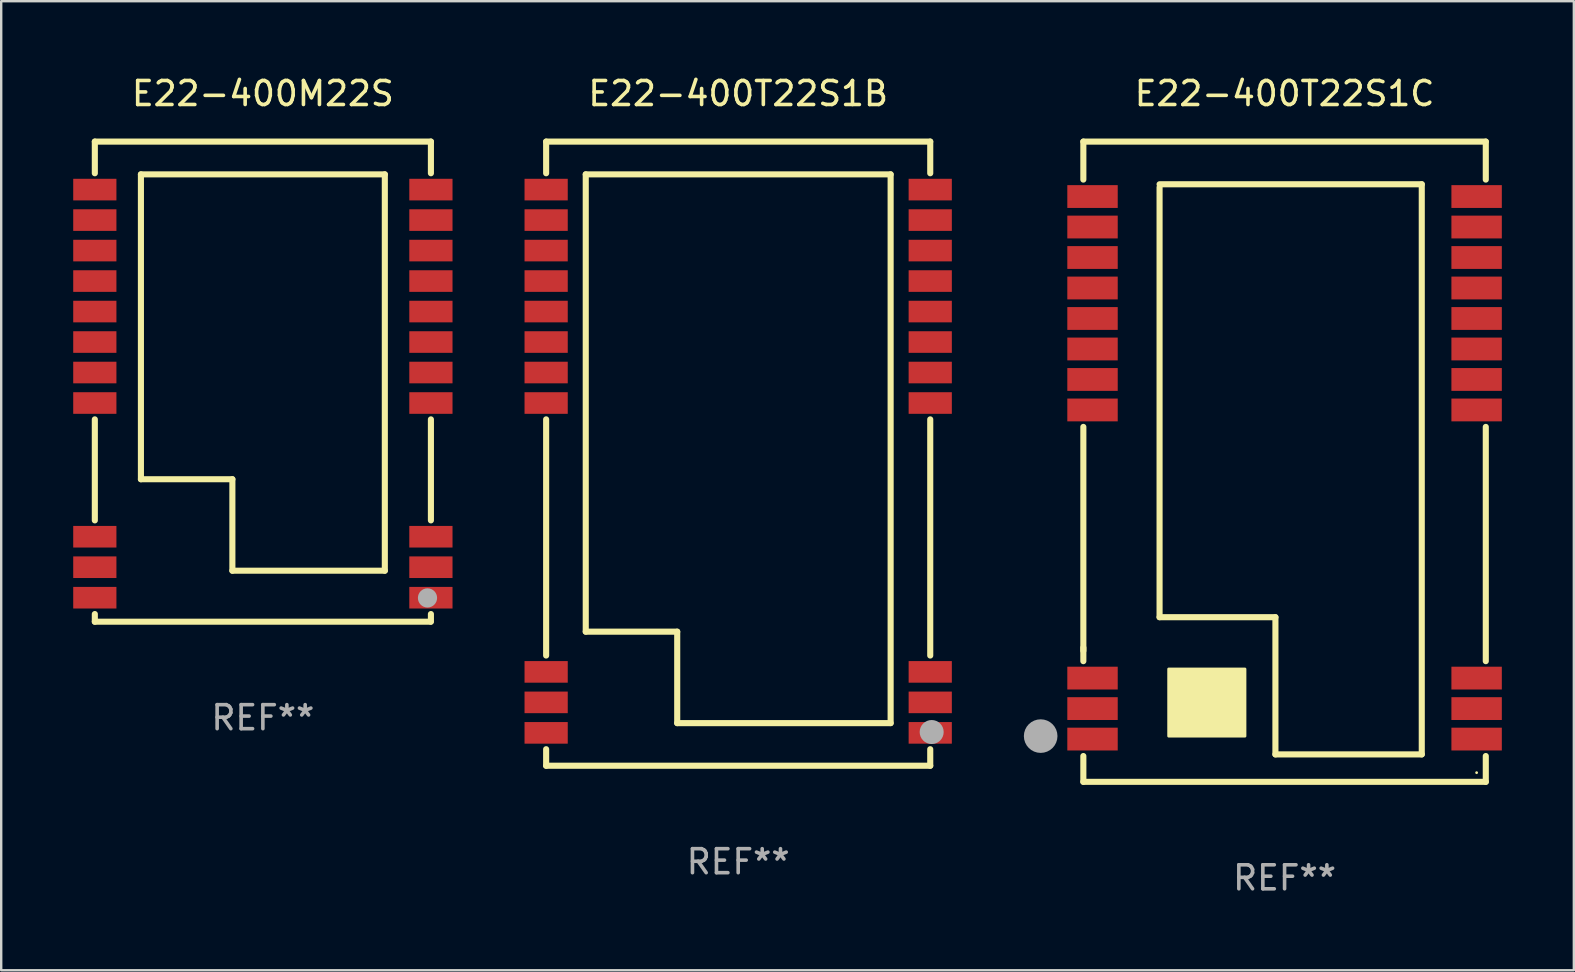
<source format=kicad_pcb>
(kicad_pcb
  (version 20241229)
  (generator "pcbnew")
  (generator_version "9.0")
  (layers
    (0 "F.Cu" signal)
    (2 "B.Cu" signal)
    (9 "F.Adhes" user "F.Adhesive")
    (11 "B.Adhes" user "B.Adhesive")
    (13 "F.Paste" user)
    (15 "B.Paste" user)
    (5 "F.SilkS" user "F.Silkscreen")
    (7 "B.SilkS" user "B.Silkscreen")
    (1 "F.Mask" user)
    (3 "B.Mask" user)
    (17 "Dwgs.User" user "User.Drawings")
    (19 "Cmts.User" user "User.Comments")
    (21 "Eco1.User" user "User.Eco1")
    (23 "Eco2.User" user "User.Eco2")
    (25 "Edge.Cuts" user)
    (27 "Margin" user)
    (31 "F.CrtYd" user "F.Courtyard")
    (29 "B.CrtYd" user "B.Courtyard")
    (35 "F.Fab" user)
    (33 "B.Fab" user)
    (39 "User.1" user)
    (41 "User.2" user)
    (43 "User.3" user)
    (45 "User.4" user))
  (footprint "E22-400T22S1C"
    (layer "F.Cu")
    (at 50.46 16.183)
    (property "Reference" "E22-400T22S1C" (at 0 -15.335 0) (layer "F.SilkS") (effects (font (size 1 1) (thickness 0.15))))
    (attr through_hole)
    (fp_line (start -8.382 -13.335) (end 8.382 -13.335) (stroke (width 0.254) (type solid)) (layer "F.SilkS"))
    (fp_line (start -8.382 -11.752) (end -8.382 -13.335) (stroke (width 0.254) (type solid)) (layer "F.SilkS"))
    (fp_line (start -8.382 7.874) (end -8.382 -1.45) (stroke (width 0.254) (type solid)) (layer "F.SilkS"))
    (fp_line (start -8.382 8.308) (end -8.382 7.747) (stroke (width 0.254) (type solid)) (layer "F.SilkS"))
    (fp_line (start -8.382 13.335) (end -8.382 12.26) (stroke (width 0.254) (type solid)) (layer "F.SilkS"))
    (fp_line (start -5.207 -11.557) (end 5.715 -11.557) (stroke (width 0.254) (type solid)) (layer "F.SilkS"))
    (fp_line (start -5.207 6.477) (end -5.207 -11.43) (stroke (width 0.254) (type solid)) (layer "F.SilkS"))
    (fp_line (start -0.381 6.477) (end -5.207 6.477) (stroke (width 0.254) (type solid)) (layer "F.SilkS"))
    (fp_line (start -0.381 12.192) (end -0.381 6.477) (stroke (width 0.254) (type solid)) (layer "F.SilkS"))
    (fp_line (start 5.715 -11.557) (end 5.715 12.192) (stroke (width 0.254) (type solid)) (layer "F.SilkS"))
    (fp_line (start 5.715 12.192) (end -0.381 12.192) (stroke (width 0.254) (type solid)) (layer "F.SilkS"))
    (fp_line (start 8.382 -13.335) (end 8.382 -11.752) (stroke (width 0.254) (type solid)) (layer "F.SilkS"))
    (fp_line (start 8.382 -1.45) (end 8.382 8.308) (stroke (width 0.254) (type solid)) (layer "F.SilkS"))
    (fp_line (start 8.382 12.26) (end 8.382 13.335) (stroke (width 0.254) (type solid)) (layer "F.SilkS"))
    (fp_line (start 8.382 13.335) (end -8.382 13.335) (stroke (width 0.254) (type solid)) (layer "F.SilkS"))
    (fp_circle (center 8 12.953) (end 8.03 12.953) (stroke (width 0.06) (type solid)) (fill no) (layer "F.SilkS"))
    (fp_poly (pts (xy -4.826 8.636) (xy -1.651 8.636) (xy -1.651 11.43) (xy -4.826 11.43)) (stroke (width 0.12) (type solid)) (fill yes) (layer "F.SilkS"))
    (fp_circle (center -10.16 11.43) (end -9.81 11.43) (stroke (width 0.7) (type solid)) (fill no) (layer "F.Fab"))
    (fp_text user "REF**" (at 0 17.335 0) (layer "F.Fab") (effects (font (size 1 1) (thickness 0.15))))
    (pad "1" smd rect (at 8 11.554 180) (size 2.1 0.95) (layers "F.Cu" "F.Mask" "F.Paste"))
    (pad "2" smd rect (at 8 10.284 180) (size 2.1 0.95) (layers "F.Cu" "F.Mask" "F.Paste"))
    (pad "3" smd rect (at 8 9.014 180) (size 2.1 0.95) (layers "F.Cu" "F.Mask" "F.Paste"))
    (pad "4" smd rect (at 8 -2.156 90) (size 0.95 2.1) (layers "F.Cu" "F.Mask" "F.Paste"))
    (pad "5" smd rect (at 8 -3.426 90) (size 0.95 2.1) (layers "F.Cu" "F.Mask" "F.Paste"))
    (pad "6" smd rect (at 8 -4.696 90) (size 0.95 2.1) (layers "F.Cu" "F.Mask" "F.Paste"))
    (pad "7" smd rect (at 8 -5.966 90) (size 0.95 2.1) (layers "F.Cu" "F.Mask" "F.Paste"))
    (pad "8" smd rect (at 8 -7.236 90) (size 0.95 2.1) (layers "F.Cu" "F.Mask" "F.Paste"))
    (pad "9" smd rect (at 8 -8.506 90) (size 0.95 2.1) (layers "F.Cu" "F.Mask" "F.Paste"))
    (pad "10" smd rect (at 8 -9.776 90) (size 0.95 2.1) (layers "F.Cu" "F.Mask" "F.Paste"))
    (pad "11" smd rect (at 8 -11.046 90) (size 0.95 2.1) (layers "F.Cu" "F.Mask" "F.Paste"))
    (pad "12" smd rect (at -8 -11.046 90) (size 0.95 2.1) (layers "F.Cu" "F.Mask" "F.Paste"))
    (pad "13" smd rect (at -8 -9.776 90) (size 0.95 2.1) (layers "F.Cu" "F.Mask" "F.Paste"))
    (pad "14" smd rect (at -8 -8.506 90) (size 0.95 2.1) (layers "F.Cu" "F.Mask" "F.Paste"))
    (pad "15" smd rect (at -8 -7.236 90) (size 0.95 2.1) (layers "F.Cu" "F.Mask" "F.Paste"))
    (pad "16" smd rect (at -8 -5.966 90) (size 0.95 2.1) (layers "F.Cu" "F.Mask" "F.Paste"))
    (pad "17" smd rect (at -8 -4.696 90) (size 0.95 2.1) (layers "F.Cu" "F.Mask" "F.Paste"))
    (pad "18" smd rect (at -8 -3.426 90) (size 0.95 2.1) (layers "F.Cu" "F.Mask" "F.Paste"))
    (pad "19" smd rect (at -8 -2.156 90) (size 0.95 2.1) (layers "F.Cu" "F.Mask" "F.Paste"))
    (pad "20" smd rect (at -8 9.014 90) (size 0.95 2.1) (layers "F.Cu" "F.Mask" "F.Paste"))
    (pad "21" smd rect (at -8 10.284 90) (size 0.95 2.1) (layers "F.Cu" "F.Mask" "F.Paste"))
    (pad "22" smd rect (at -8 11.554 90) (size 0.95 2.1) (layers "F.Cu" "F.Mask" "F.Paste")))
  (footprint "E22-400T22S1B"
    (layer "F.Cu")
    (at 27.7 15.848)
    (property "Reference" "E22-400T22S1B" (at 0 -15 0) (layer "F.SilkS") (effects (font (size 1 1) (thickness 0.15))))
    (attr through_hole)
    (fp_line (start -8 -13) (end -8 -11.681) (stroke (width 0.254) (type solid)) (layer "F.SilkS"))
    (fp_line (start -8 -13) (end 8 -13) (stroke (width 0.254) (type solid)) (layer "F.SilkS"))
    (fp_line (start -8 -1.429) (end -8 8.409) (stroke (width 0.254) (type solid)) (layer "F.SilkS"))
    (fp_line (start -8 12.311) (end -8 13) (stroke (width 0.254) (type solid)) (layer "F.SilkS"))
    (fp_line (start -8 13) (end 8 13) (stroke (width 0.254) (type solid)) (layer "F.SilkS"))
    (fp_line (start -6.35 -11.635) (end 6.35 -11.635) (stroke (width 0.254) (type solid)) (layer "F.SilkS"))
    (fp_line (start -6.35 7.415) (end -6.35 -11.635) (stroke (width 0.254) (type solid)) (layer "F.SilkS"))
    (fp_line (start -2.54 7.415) (end -6.35 7.415) (stroke (width 0.254) (type solid)) (layer "F.SilkS"))
    (fp_line (start -2.54 11.225) (end -2.54 7.415) (stroke (width 0.254) (type solid)) (layer "F.SilkS"))
    (fp_line (start 6.35 -11.635) (end 6.35 11.225) (stroke (width 0.254) (type solid)) (layer "F.SilkS"))
    (fp_line (start 6.35 11.225) (end -2.54 11.225) (stroke (width 0.254) (type solid)) (layer "F.SilkS"))
    (fp_line (start 8 -13) (end 8 -11.681) (stroke (width 0.254) (type solid)) (layer "F.SilkS"))
    (fp_line (start 8 -1.429) (end 8 8.409) (stroke (width 0.254) (type solid)) (layer "F.SilkS"))
    (fp_line (start 8 12.311) (end 8 13) (stroke (width 0.254) (type solid)) (layer "F.SilkS"))
    (fp_circle (center 8.01 13.015) (end 8.04 13.015) (stroke (width 0.06) (type solid)) (fill no) (layer "F.SilkS"))
    (fp_circle (center 8.06 11.595) (end 8.31 11.595) (stroke (width 0.5) (type solid)) (fill no) (layer "F.Fab"))
    (fp_text user "REF**" (at 0 17 0) (layer "F.Fab") (effects (font (size 1 1) (thickness 0.15))))
    (pad "1" smd rect (at 8 11.63) (size 1.8 0.9) (layers "F.Cu" "F.Mask" "F.Paste"))
    (pad "2" smd rect (at 8 10.36) (size 1.8 0.9) (layers "F.Cu" "F.Mask" "F.Paste"))
    (pad "3" smd rect (at 8 9.09) (size 1.8 0.9) (layers "F.Cu" "F.Mask" "F.Paste"))
    (pad "4" smd rect (at 8 -2.11) (size 1.8 0.9) (layers "F.Cu" "F.Mask" "F.Paste"))
    (pad "5" smd rect (at 8 -3.38) (size 1.8 0.9) (layers "F.Cu" "F.Mask" "F.Paste"))
    (pad "6" smd rect (at 8 -4.65) (size 1.8 0.9) (layers "F.Cu" "F.Mask" "F.Paste"))
    (pad "7" smd rect (at 8 -5.92) (size 1.8 0.9) (layers "F.Cu" "F.Mask" "F.Paste"))
    (pad "8" smd rect (at 8 -7.19) (size 1.8 0.9) (layers "F.Cu" "F.Mask" "F.Paste"))
    (pad "9" smd rect (at 8 -8.46) (size 1.8 0.9) (layers "F.Cu" "F.Mask" "F.Paste"))
    (pad "10" smd rect (at 8 -9.73) (size 1.8 0.9) (layers "F.Cu" "F.Mask" "F.Paste"))
    (pad "11" smd rect (at 8 -11) (size 1.8 0.9) (layers "F.Cu" "F.Mask" "F.Paste"))
    (pad "12" smd rect (at -8 -11) (size 1.8 0.9) (layers "F.Cu" "F.Mask" "F.Paste"))
    (pad "13" smd rect (at -8 -9.73) (size 1.8 0.9) (layers "F.Cu" "F.Mask" "F.Paste"))
    (pad "14" smd rect (at -8 -8.46) (size 1.8 0.9) (layers "F.Cu" "F.Mask" "F.Paste"))
    (pad "15" smd rect (at -8 -7.19) (size 1.8 0.9) (layers "F.Cu" "F.Mask" "F.Paste"))
    (pad "16" smd rect (at -8 -5.92) (size 1.8 0.9) (layers "F.Cu" "F.Mask" "F.Paste"))
    (pad "17" smd rect (at -8 -4.65) (size 1.8 0.9) (layers "F.Cu" "F.Mask" "F.Paste"))
    (pad "18" smd rect (at -8 -3.38) (size 1.8 0.9) (layers "F.Cu" "F.Mask" "F.Paste"))
    (pad "19" smd rect (at -8 -2.11) (size 1.8 0.9) (layers "F.Cu" "F.Mask" "F.Paste"))
    (pad "20" smd rect (at -8 9.09) (size 1.8 0.9) (layers "F.Cu" "F.Mask" "F.Paste"))
    (pad "21" smd rect (at -8 10.36) (size 1.8 0.9) (layers "F.Cu" "F.Mask" "F.Paste"))
    (pad "22" smd rect (at -8 11.63) (size 1.8 0.9) (layers "F.Cu" "F.Mask" "F.Paste")))
  (footprint "E22-400M22S"
    (layer "F.Cu")
    (at 7.9 12.848)
    (property "Reference" "E22-400M22S" (at 0 -12 0) (layer "F.SilkS") (effects (font (size 1 1) (thickness 0.15))))
    (attr through_hole)
    (fp_line (start -7 -10) (end -7 -8.681) (stroke (width 0.254) (type solid)) (layer "F.SilkS"))
    (fp_line (start -7 -10) (end 7 -10) (stroke (width 0.254) (type solid)) (layer "F.SilkS"))
    (fp_line (start -7 1.571) (end -7 5.779) (stroke (width 0.254) (type solid)) (layer "F.SilkS"))
    (fp_line (start -7 9.681) (end -7 10) (stroke (width 0.254) (type solid)) (layer "F.SilkS"))
    (fp_line (start -7 10) (end 6.985 10) (stroke (width 0.254) (type solid)) (layer "F.SilkS"))
    (fp_line (start -5.08 -8.635) (end 5.08 -8.635) (stroke (width 0.254) (type solid)) (layer "F.SilkS"))
    (fp_line (start -5.08 4.065) (end -5.08 -8.635) (stroke (width 0.254) (type solid)) (layer "F.SilkS"))
    (fp_line (start -1.27 4.065) (end -5.08 4.065) (stroke (width 0.254) (type solid)) (layer "F.SilkS"))
    (fp_line (start -1.27 7.875) (end -1.27 4.065) (stroke (width 0.254) (type solid)) (layer "F.SilkS"))
    (fp_line (start 5.08 -8.635) (end 5.08 7.875) (stroke (width 0.254) (type solid)) (layer "F.SilkS"))
    (fp_line (start 5.08 7.875) (end -1.27 7.875) (stroke (width 0.254) (type solid)) (layer "F.SilkS"))
    (fp_line (start 7 -10) (end 7 -8.681) (stroke (width 0.254) (type solid)) (layer "F.SilkS"))
    (fp_line (start 7 1.571) (end 7 5.779) (stroke (width 0.254) (type solid)) (layer "F.SilkS"))
    (fp_line (start 7 9.681) (end 7 10) (stroke (width 0.254) (type solid)) (layer "F.SilkS"))
    (fp_circle (center 7 10) (end 7.03 10) (stroke (width 0.06) (type solid)) (fill no) (layer "F.SilkS"))
    (fp_circle (center 6.858 9.009) (end 7.058 9.009) (stroke (width 0.4) (type solid)) (fill no) (layer "F.Fab"))
    (fp_text user "REF**" (at 0 14 0) (layer "F.Fab") (effects (font (size 1 1) (thickness 0.15))))
    (pad "1" smd rect (at 7 9) (size 1.8 0.9) (layers "F.Cu" "F.Mask" "F.Paste"))
    (pad "2" smd rect (at 7 7.73) (size 1.8 0.9) (layers "F.Cu" "F.Mask" "F.Paste"))
    (pad "3" smd rect (at 7 6.46) (size 1.8 0.9) (layers "F.Cu" "F.Mask" "F.Paste"))
    (pad "4" smd rect (at 7 0.89) (size 1.8 0.9) (layers "F.Cu" "F.Mask" "F.Paste"))
    (pad "5" smd rect (at 7 -0.38) (size 1.8 0.9) (layers "F.Cu" "F.Mask" "F.Paste"))
    (pad "6" smd rect (at 7 -1.65) (size 1.8 0.9) (layers "F.Cu" "F.Mask" "F.Paste"))
    (pad "7" smd rect (at 7 -2.92) (size 1.8 0.9) (layers "F.Cu" "F.Mask" "F.Paste"))
    (pad "8" smd rect (at 7 -4.19) (size 1.8 0.9) (layers "F.Cu" "F.Mask" "F.Paste"))
    (pad "9" smd rect (at 7 -5.46) (size 1.8 0.9) (layers "F.Cu" "F.Mask" "F.Paste"))
    (pad "10" smd rect (at 7 -6.73) (size 1.8 0.9) (layers "F.Cu" "F.Mask" "F.Paste"))
    (pad "11" smd rect (at 7 -8) (size 1.8 0.9) (layers "F.Cu" "F.Mask" "F.Paste"))
    (pad "12" smd rect (at -7 -8) (size 1.8 0.9) (layers "F.Cu" "F.Mask" "F.Paste"))
    (pad "13" smd rect (at -7 -6.73) (size 1.8 0.9) (layers "F.Cu" "F.Mask" "F.Paste"))
    (pad "14" smd rect (at -7 -5.46) (size 1.8 0.9) (layers "F.Cu" "F.Mask" "F.Paste"))
    (pad "15" smd rect (at -7 -4.19) (size 1.8 0.9) (layers "F.Cu" "F.Mask" "F.Paste"))
    (pad "16" smd rect (at -7 -2.92) (size 1.8 0.9) (layers "F.Cu" "F.Mask" "F.Paste"))
    (pad "17" smd rect (at -7 -1.65) (size 1.8 0.9) (layers "F.Cu" "F.Mask" "F.Paste"))
    (pad "18" smd rect (at -7 -0.38) (size 1.8 0.9) (layers "F.Cu" "F.Mask" "F.Paste"))
    (pad "19" smd rect (at -7 0.89) (size 1.8 0.9) (layers "F.Cu" "F.Mask" "F.Paste"))
    (pad "20" smd rect (at -7 6.46) (size 1.8 0.9) (layers "F.Cu" "F.Mask" "F.Paste"))
    (pad "21" smd rect (at -7 7.73) (size 1.8 0.9) (layers "F.Cu" "F.Mask" "F.Paste"))
    (pad "22" smd rect (at -7 9) (size 1.8 0.9) (layers "F.Cu" "F.Mask" "F.Paste")))
  (gr_rect
    (start -3 -3)
    (end 62.51 37.367)
    (stroke (width 0.1) (type default))
    (fill no)
    (layer "Edge.Cuts")))
</source>
